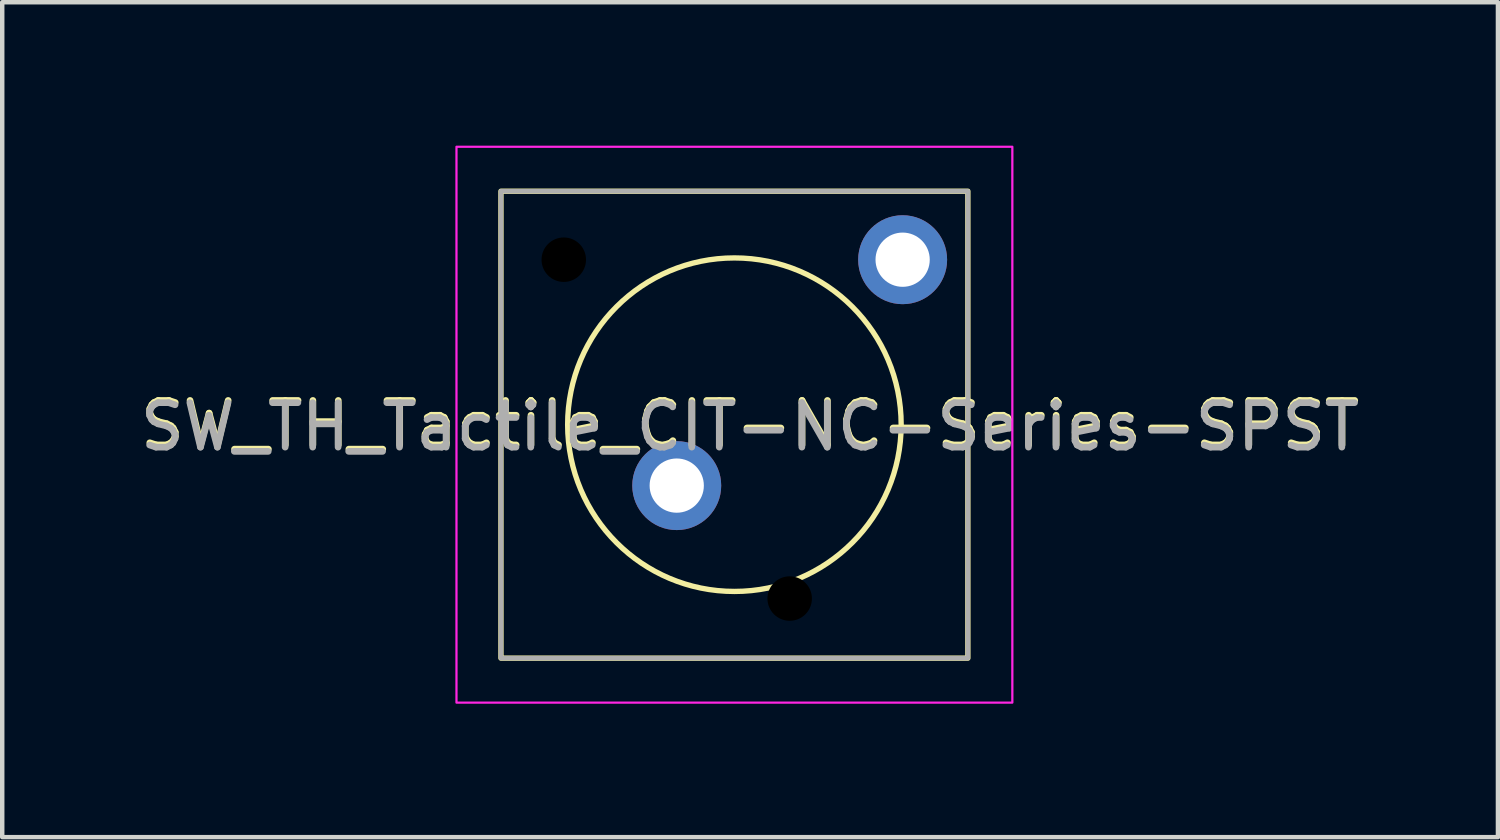
<source format=kicad_pcb>
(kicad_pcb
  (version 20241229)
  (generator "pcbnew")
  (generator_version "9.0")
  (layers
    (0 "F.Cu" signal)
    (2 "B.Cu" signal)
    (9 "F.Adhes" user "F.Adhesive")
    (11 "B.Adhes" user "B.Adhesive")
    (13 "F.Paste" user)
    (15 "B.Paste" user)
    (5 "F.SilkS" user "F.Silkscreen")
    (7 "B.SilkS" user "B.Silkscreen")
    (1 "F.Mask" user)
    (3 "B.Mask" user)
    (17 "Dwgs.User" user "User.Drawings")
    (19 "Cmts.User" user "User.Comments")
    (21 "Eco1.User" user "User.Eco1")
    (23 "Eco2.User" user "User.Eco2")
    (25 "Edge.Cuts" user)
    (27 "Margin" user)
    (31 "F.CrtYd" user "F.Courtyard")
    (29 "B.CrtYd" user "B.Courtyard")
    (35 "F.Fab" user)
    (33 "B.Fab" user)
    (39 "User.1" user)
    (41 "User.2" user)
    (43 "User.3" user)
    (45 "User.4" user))
  (footprint "SW_TH_Tactile_CIT-NC-Series-SPST"
    (layer "F.Cu")
    (at 7.215 0.25)
    (property "Reference" "SW_TH_Tactile_CIT-NC-Series-SPST" (at 6.604 6.25 0) (layer "F.SilkS") (effects (font (size 1 1) (thickness 0.15))))
    (attr through_hole)
    (fp_rect (start 1 1) (end 11.5 11.5) (stroke (width 0.12) (type solid)) (fill no) (layer "F.SilkS"))
    (fp_circle (center 6.25 6.25) (end 10 6.25) (stroke (width 0.12) (type solid)) (fill no) (layer "F.SilkS"))
    (fp_rect (start 0 0) (end 12.5 12.5) (stroke (width 0.05) (type solid)) (fill no) (layer "F.CrtYd"))
    (fp_rect (start 1 1) (end 11.5 11.5) (stroke (width 0.1) (type solid)) (fill no) (layer "F.Fab"))
    (fp_text user "${REFERENCE}" (at 6.6 6.3 0) (layer "F.Fab") (effects (font (size 1 1) (thickness 0.15))))
    (pad "" np_thru_hole circle (at 2.413 2.54 90) (size 1 1) (drill 1) (layers "*.Mask"))
    (pad "" np_thru_hole circle (at 7.493 10.16 90) (size 1 1) (drill 1) (layers "*.Mask"))
    (pad "1" thru_hole circle (at 4.953 7.62 90) (size 2 2) (drill 1.22) (layers "*.Cu" "*.Mask"))
    (pad "2" thru_hole circle (at 10.033 2.54 90) (size 2 2) (drill 1.22) (layers "*.Cu" "*.Mask")))
  (gr_rect
    (start -3 -3)
    (end 30.635 15.775)
    (stroke (width 0.1) (type default))
    (fill no)
    (layer "Edge.Cuts")))
</source>
